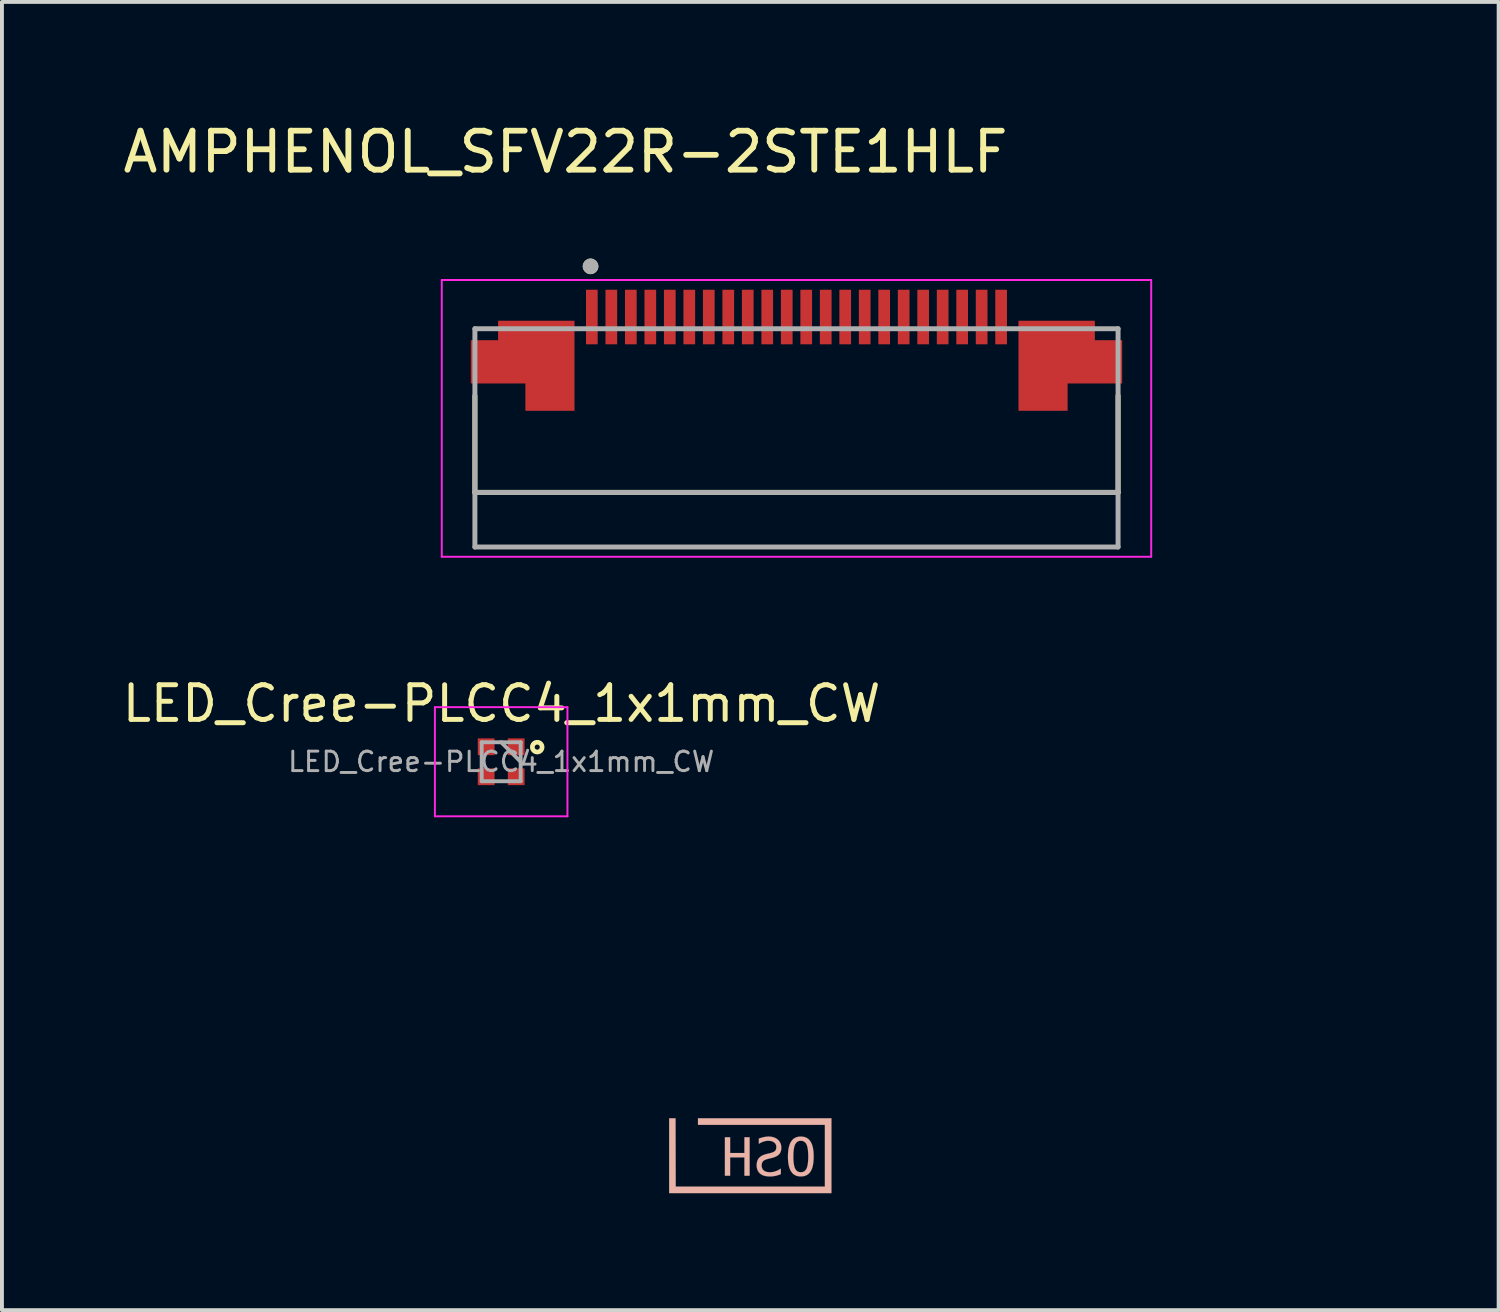
<source format=kicad_pcb>
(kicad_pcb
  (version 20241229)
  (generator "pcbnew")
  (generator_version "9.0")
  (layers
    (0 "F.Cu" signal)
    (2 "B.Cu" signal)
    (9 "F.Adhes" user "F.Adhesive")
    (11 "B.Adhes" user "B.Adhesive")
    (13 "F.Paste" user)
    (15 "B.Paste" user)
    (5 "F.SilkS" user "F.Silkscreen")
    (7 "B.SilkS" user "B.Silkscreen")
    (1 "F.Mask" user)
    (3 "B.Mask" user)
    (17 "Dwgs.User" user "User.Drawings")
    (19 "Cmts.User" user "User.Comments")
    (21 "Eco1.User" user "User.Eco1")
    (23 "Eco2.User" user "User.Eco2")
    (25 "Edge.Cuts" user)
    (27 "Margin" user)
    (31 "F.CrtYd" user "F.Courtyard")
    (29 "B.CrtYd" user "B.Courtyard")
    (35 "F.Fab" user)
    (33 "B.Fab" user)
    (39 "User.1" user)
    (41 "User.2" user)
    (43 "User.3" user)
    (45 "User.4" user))
  (footprint "LED_Cree-PLCC4_1x1mm_CW"
    (layer "F.Cu")
    (at 9.807 16.492)
    (property "Reference" "LED_Cree-PLCC4_1x1mm_CW" (at 0.01 -1.491 0) (layer "F.SilkS") (effects (font (size 0.889 0.889) (thickness 0.127))))
    (attr smd)
    (fp_circle (center 0.925 -0.375) (end 1.025 -0.3) (stroke (width 0.12) (type solid)) (fill no) (layer "F.SilkS"))
    (fp_line (start -1.7 -1.4) (end -1.7 1.4) (stroke (width 0.05) (type solid)) (layer "F.CrtYd"))
    (fp_line (start -1.7 1.4) (end 1.7 1.4) (stroke (width 0.05) (type solid)) (layer "F.CrtYd"))
    (fp_line (start 1.7 -1.4) (end -1.7 -1.4) (stroke (width 0.05) (type solid)) (layer "F.CrtYd"))
    (fp_line (start 1.7 1.4) (end 1.7 -1.4) (stroke (width 0.05) (type solid)) (layer "F.CrtYd"))
    (fp_line (start -0.5 -0.5) (end -0.5 0.5) (stroke (width 0.1) (type solid)) (layer "F.Fab"))
    (fp_line (start -0.5 0.5) (end 0.5 0.5) (stroke (width 0.1) (type solid)) (layer "F.Fab"))
    (fp_line (start 0 -0.5) (end 0.5 0) (stroke (width 0.1) (type solid)) (layer "F.Fab"))
    (fp_line (start 0.5 -0.5) (end -0.5 -0.5) (stroke (width 0.1) (type solid)) (layer "F.Fab"))
    (fp_line (start 0.5 0.5) (end 0.5 -0.5) (stroke (width 0.1) (type solid)) (layer "F.Fab"))
    (fp_text user "${REFERENCE}" (at 0 0 0) (layer "F.Fab") (effects (font (size 0.5 0.5) (thickness 0.075))))
    (pad "1" smd rect (at 0.385 -0.385) (size 0.43 0.43) (layers "F.Cu" "F.Mask" "F.Paste"))
    (pad "2" smd rect (at 0.385 0.385) (size 0.43 0.43) (layers "F.Cu" "F.Mask" "F.Paste"))
    (pad "3" smd rect (at -0.385 0.385) (size 0.43 0.43) (layers "F.Cu" "F.Mask" "F.Paste"))
    (pad "4" smd rect (at -0.385 -0.385) (size 0.43 0.43) (layers "F.Cu" "F.Mask" "F.Paste")))
  (footprint "AMPHENOL_SFV22R-2STE1HLF"
    (layer "F.Cu")
    (at 17.383 7.483)
    (property "Reference" "AMPHENOL_SFV22R-2STE1HLF" (at -5.925 -6.635 0) (layer "F.SilkS") (effects (font (size 1 1) (thickness 0.15))))
    (attr smd)
    (fp_line (start -8.25 -0.38) (end -8.25 2.1) (stroke (width 0.127) (type solid)) (layer "F.SilkS"))
    (fp_line (start -8.25 2.1) (end 8.25 2.1) (stroke (width 0.127) (type solid)) (layer "F.SilkS"))
    (fp_line (start 8.25 2.1) (end 8.25 -0.38) (stroke (width 0.127) (type solid)) (layer "F.SilkS"))
    (fp_circle (center -5.283 -3.7) (end -5.183 -3.7) (stroke (width 0.2) (type solid)) (fill no) (layer "F.SilkS"))
    (fp_line (start -9.1 -3.35) (end -9.1 3.75) (stroke (width 0.05) (type solid)) (layer "F.CrtYd"))
    (fp_line (start -9.1 3.75) (end 9.1 3.75) (stroke (width 0.05) (type solid)) (layer "F.CrtYd"))
    (fp_line (start 9.1 -3.35) (end -9.1 -3.35) (stroke (width 0.05) (type solid)) (layer "F.CrtYd"))
    (fp_line (start 9.1 3.75) (end 9.1 -3.35) (stroke (width 0.05) (type solid)) (layer "F.CrtYd"))
    (fp_line (start -8.25 -2.1) (end -8.25 2.1) (stroke (width 0.127) (type solid)) (layer "F.Fab"))
    (fp_line (start -8.25 2.1) (end -8.25 3.5) (stroke (width 0.127) (type solid)) (layer "F.Fab"))
    (fp_line (start -8.25 2.1) (end 8.25 2.1) (stroke (width 0.127) (type solid)) (layer "F.Fab"))
    (fp_line (start -8.25 3.5) (end 8.25 3.5) (stroke (width 0.127) (type solid)) (layer "F.Fab"))
    (fp_line (start 8.25 -2.1) (end -8.25 -2.1) (stroke (width 0.127) (type solid)) (layer "F.Fab"))
    (fp_line (start 8.25 2.1) (end 8.25 -2.1) (stroke (width 0.127) (type solid)) (layer "F.Fab"))
    (fp_line (start 8.25 3.5) (end 8.25 2.1) (stroke (width 0.127) (type solid)) (layer "F.Fab"))
    (fp_circle (center -5.283 -3.7) (end -5.183 -3.7) (stroke (width 0.2) (type solid)) (fill no) (layer "F.Fab"))
    (pad "1" smd rect (at -5.25 -2.4) (size 0.3 1.4) (layers "F.Cu" "F.Mask" "F.Paste"))
    (pad "2" smd rect (at -4.75 -2.4) (size 0.3 1.4) (layers "F.Cu" "F.Mask" "F.Paste"))
    (pad "3" smd rect (at -4.25 -2.4) (size 0.3 1.4) (layers "F.Cu" "F.Mask" "F.Paste"))
    (pad "4" smd rect (at -3.75 -2.4) (size 0.3 1.4) (layers "F.Cu" "F.Mask" "F.Paste"))
    (pad "5" smd rect (at -3.25 -2.4) (size 0.3 1.4) (layers "F.Cu" "F.Mask" "F.Paste"))
    (pad "6" smd rect (at -2.75 -2.4) (size 0.3 1.4) (layers "F.Cu" "F.Mask" "F.Paste"))
    (pad "7" smd rect (at -2.25 -2.4) (size 0.3 1.4) (layers "F.Cu" "F.Mask" "F.Paste"))
    (pad "8" smd rect (at -1.75 -2.4) (size 0.3 1.4) (layers "F.Cu" "F.Mask" "F.Paste"))
    (pad "9" smd rect (at -1.25 -2.4) (size 0.3 1.4) (layers "F.Cu" "F.Mask" "F.Paste"))
    (pad "10" smd rect (at -0.75 -2.4) (size 0.3 1.4) (layers "F.Cu" "F.Mask" "F.Paste"))
    (pad "11" smd rect (at -0.25 -2.4) (size 0.3 1.4) (layers "F.Cu" "F.Mask" "F.Paste"))
    (pad "12" smd rect (at 0.25 -2.4) (size 0.3 1.4) (layers "F.Cu" "F.Mask" "F.Paste"))
    (pad "13" smd rect (at 0.75 -2.4) (size 0.3 1.4) (layers "F.Cu" "F.Mask" "F.Paste"))
    (pad "14" smd rect (at 1.25 -2.4) (size 0.3 1.4) (layers "F.Cu" "F.Mask" "F.Paste"))
    (pad "15" smd rect (at 1.75 -2.4) (size 0.3 1.4) (layers "F.Cu" "F.Mask" "F.Paste"))
    (pad "16" smd rect (at 2.25 -2.4) (size 0.3 1.4) (layers "F.Cu" "F.Mask" "F.Paste"))
    (pad "17" smd rect (at 2.75 -2.4) (size 0.3 1.4) (layers "F.Cu" "F.Mask" "F.Paste"))
    (pad "18" smd rect (at 3.25 -2.4) (size 0.3 1.4) (layers "F.Cu" "F.Mask" "F.Paste"))
    (pad "19" smd rect (at 3.75 -2.4) (size 0.3 1.4) (layers "F.Cu" "F.Mask" "F.Paste"))
    (pad "20" smd rect (at 4.25 -2.4) (size 0.3 1.4) (layers "F.Cu" "F.Mask" "F.Paste"))
    (pad "21" smd rect (at 4.75 -2.4) (size 0.3 1.4) (layers "F.Cu" "F.Mask" "F.Paste"))
    (pad "22" smd rect (at 5.25 -2.4) (size 0.3 1.4) (layers "F.Cu" "F.Mask" "F.Paste"))
    (pad "MP" smd custom (at -7.025 -1.4) (size 1 1) (layers "F.Cu" "F.Mask" "F.Paste") (options (anchor rect)) (primitives (gr_poly (pts (xy -1.325 -0.4) (xy -1.325 0.7) (xy 0.075 0.7) (xy 0.075 1.4) (xy 1.325 1.4) (xy 1.325 -0.9) (xy -0.625 -0.9) (xy -0.625 -0.4)) (width 0.01) (fill yes))))
    (pad "MP" smd custom (at 7.025 -1.4) (size 1 1) (layers "F.Cu" "F.Mask" "F.Paste") (options (anchor rect)) (primitives (gr_poly (pts (xy 1.325 -0.4) (xy 1.325 0.7) (xy -0.075 0.7) (xy -0.075 1.4) (xy -1.325 1.4) (xy -1.325 -0.9) (xy 0.625 -0.9) (xy 0.625 -0.4)) (width 0.01) (fill yes)))))
  (footprint "OSHW_Dual_0.1_Scale_2140"
    (layer "F.Cu")
    (at 16.198 26.475)
    (property "Reference" "OSHW_Dual_0.1_Scale_2140" (at 0 -4.132 0) (layer "B.Mask") (effects (font (size 1.524 1.524) (thickness 0.305)) (justify mirror)))
    (attr smd exclude_from_pos_files exclude_from_bom)
    (fp_poly (pts (xy -0.741 -0.35) (xy -0.871 -0.35) (xy -0.966 0.451) (xy -1.078 -0.079) (xy -1.218 -0.079) (xy -1.332 0.453) (xy -1.652 -1.084) (xy -1.782 -1.084) (xy -1.409 0.637) (xy -1.283 0.637) (xy -1.148 0.05) (xy -1.015 0.637) (xy -0.888 0.637) (xy -0.741 -0.35)) (stroke (width 0.003) (type solid)) (fill yes) (layer "B.Mask"))
    (fp_poly (pts (xy -0.017 -0.35) (xy -0.151 -0.35) (xy -0.151 0.054) (xy -0.517 0.054) (xy -0.517 -0.35) (xy -0.651 -0.35) (xy -0.651 0.637) (xy -0.517 0.637) (xy -0.517 0.167) (xy -0.151 0.167) (xy -0.151 0.637) (xy -0.017 0.637) (xy -0.017 -0.35)) (stroke (width 0.003) (type solid)) (fill yes) (layer "B.SilkS"))
    (fp_poly (pts (xy 2.082 -0.837) (xy 2.082 -0.752) (xy 2.082 0.999) (xy 2.082 1.084) (xy 1.998 1.084) (xy -1.998 1.084) (xy -2.082 1.084) (xy -2.082 0.999) (xy -2.082 -0.837) (xy -1.917 -0.837) (xy -1.913 0.915) (xy 1.913 0.915) (xy 1.913 -0.667) (xy -1.342 -0.667) (xy -1.342 -0.837) (xy 1.998 -0.837) (xy 2.082 -0.837)) (stroke (width 0.003) (type solid)) (fill yes) (layer "B.SilkS"))
    (fp_poly (pts (xy 0.219 -0.317) (xy 0.219 -0.181) (xy 0.26 -0.205) (xy 0.301 -0.225) (xy 0.342 -0.24) (xy 0.383 -0.251) (xy 0.424 -0.258) (xy 0.465 -0.26) (xy 0.524 -0.255) (xy 0.573 -0.24) (xy 0.614 -0.215) (xy 0.645 -0.183) (xy 0.663 -0.143) (xy 0.669 -0.097) (xy 0.66 -0.039) (xy 0.634 0.003) (xy 0.602 0.025) (xy 0.557 0.044) (xy 0.499 0.06) (xy 0.429 0.076) (xy 0.376 0.091) (xy 0.329 0.108) (xy 0.289 0.128) (xy 0.255 0.152) (xy 0.226 0.178) (xy 0.198 0.216) (xy 0.178 0.26) (xy 0.167 0.311) (xy 0.163 0.367) (xy 0.166 0.421) (xy 0.177 0.469) (xy 0.194 0.512) (xy 0.218 0.55) (xy 0.25 0.582) (xy 0.288 0.609) (xy 0.332 0.63) (xy 0.383 0.645) (xy 0.44 0.653) (xy 0.504 0.656) (xy 0.55 0.655) (xy 0.597 0.65) (xy 0.643 0.641) (xy 0.69 0.63) (xy 0.737 0.615) (xy 0.784 0.597) (xy 0.784 0.455) (xy 0.735 0.484) (xy 0.687 0.508) (xy 0.641 0.525) (xy 0.595 0.538) (xy 0.55 0.545) (xy 0.504 0.548) (xy 0.456 0.545) (xy 0.414 0.537) (xy 0.377 0.523) (xy 0.346 0.503) (xy 0.315 0.469) (xy 0.297 0.426) (xy 0.29 0.376) (xy 0.295 0.33) (xy 0.308 0.293) (xy 0.329 0.263) (xy 0.361 0.239) (xy 0.406 0.219) (xy 0.464 0.203) (xy 0.535 0.186) (xy 0.587 0.172) (xy 0.633 0.156) (xy 0.673 0.137) (xy 0.707 0.116) (xy 0.735 0.092) (xy 0.762 0.058) (xy 0.781 0.019) (xy 0.793 -0.026) (xy 0.797 -0.077) (xy 0.793 -0.127) (xy 0.783 -0.174) (xy 0.765 -0.216) (xy 0.74 -0.254) (xy 0.708 -0.288) (xy 0.67 -0.317) (xy 0.628 -0.339) (xy 0.58 -0.355) (xy 0.528 -0.365) (xy 0.472 -0.368) (xy 0.433 -0.367) (xy 0.393 -0.362) (xy 0.352 -0.355) (xy 0.309 -0.345) (xy 0.265 -0.332) (xy 0.219 -0.317)) (stroke (width 0.003) (type solid)) (fill yes) (layer "B.SilkS"))
    (fp_poly (pts (xy 1.105 0.144) (xy 0.966 0.144) (xy 0.967 0.207) (xy 0.971 0.265) (xy 0.977 0.319) (xy 0.986 0.37) (xy 0.998 0.416) (xy 1.012 0.458) (xy 1.028 0.496) (xy 1.048 0.529) (xy 1.077 0.568) (xy 1.111 0.6) (xy 1.15 0.625) (xy 1.194 0.642) (xy 1.243 0.653) (xy 1.296 0.656) (xy 1.35 0.653) (xy 1.398 0.642) (xy 1.442 0.625) (xy 1.481 0.6) (xy 1.516 0.569) (xy 1.545 0.53) (xy 1.564 0.496) (xy 1.581 0.459) (xy 1.595 0.417) (xy 1.606 0.37) (xy 1.615 0.32) (xy 1.621 0.266) (xy 1.625 0.207) (xy 1.626 0.144) (xy 1.625 0.082) (xy 1.621 0.023) (xy 1.615 -0.031) (xy 1.606 -0.081) (xy 1.595 -0.127) (xy 1.581 -0.17) (xy 1.564 -0.207) (xy 1.545 -0.241) (xy 1.515 -0.28) (xy 1.481 -0.312) (xy 1.442 -0.336) (xy 1.398 -0.354) (xy 1.35 -0.365) (xy 1.296 -0.368) (xy 1.243 -0.365) (xy 1.194 -0.354) (xy 1.15 -0.336) (xy 1.111 -0.312) (xy 1.077 -0.28) (xy 1.048 -0.241) (xy 1.028 -0.207) (xy 1.012 -0.17) (xy 0.998 -0.127) (xy 0.986 -0.081) (xy 0.977 -0.031) (xy 0.971 0.023) (xy 0.967 0.082) (xy 0.966 0.144) (xy 1.105 0.144) (xy 1.106 0.075) (xy 1.11 0.013) (xy 1.116 -0.042) (xy 1.125 -0.09) (xy 1.136 -0.132) (xy 1.15 -0.166) (xy 1.176 -0.207) (xy 1.209 -0.236) (xy 1.249 -0.254) (xy 1.296 -0.26) (xy 1.343 -0.254) (xy 1.383 -0.236) (xy 1.417 -0.207) (xy 1.443 -0.166) (xy 1.456 -0.132) (xy 1.467 -0.09) (xy 1.476 -0.042) (xy 1.482 0.013) (xy 1.486 0.075) (xy 1.487 0.144) (xy 1.486 0.213) (xy 1.482 0.275) (xy 1.476 0.33) (xy 1.467 0.379) (xy 1.456 0.42) (xy 1.443 0.455) (xy 1.417 0.495) (xy 1.383 0.525) (xy 1.343 0.542) (xy 1.296 0.548) (xy 1.249 0.542) (xy 1.209 0.525) (xy 1.176 0.496) (xy 1.15 0.455) (xy 1.136 0.421) (xy 1.125 0.379) (xy 1.116 0.331) (xy 1.11 0.276) (xy 1.106 0.213) (xy 1.105 0.144)) (stroke (width 0.003) (type solid)) (fill yes) (layer "B.SilkS")))
  (gr_rect
    (start -3 -3)
    (end 35.396 30.561)
    (stroke (width 0.1) (type default))
    (fill no)
    (layer "Edge.Cuts")))
</source>
